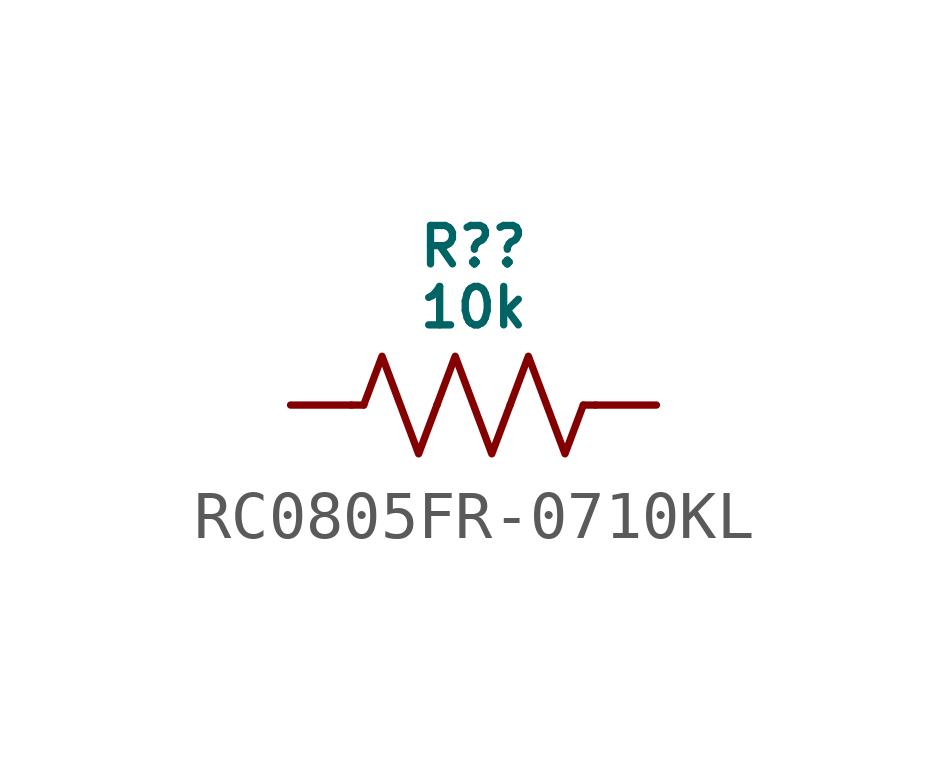
<source format=kicad_sym>
(kicad_symbol_lib
  (version 20231120)
  (generator "kicad_symbol_editor")
  (generator_version "8.0")
  (symbol "RC0805FR-0710KL"
    (pin_numbers hide)
    (pin_names hide)
    (property "Reference" "R?"
      (at 0 3.302 0)
      (do_not_autoplace)
      (effects (font (size 0.8 0.8))))
    (property "Value" "10k"
      (at 0 2.032 0)
      (do_not_autoplace)
      (effects (font (size 0.8 0.8))))
    (symbol "RC0805FR-0710KL_0_1"
      (polyline (pts (xy -2.286 0) (xy -2.54 0)) (stroke (width 0) (type default)) (fill (type none)))
      (polyline (pts (xy 2.286 0) (xy 2.54 0)) (stroke (width 0) (type default)) (fill (type none)))
      (polyline (pts (xy -2.286 0) (xy -1.905 1.016) (xy -1.524 0) (xy -1.143 -1.016) (xy -0.762 0)) (stroke (width 0) (type default)) (fill (type none)))
      (polyline (pts (xy -0.762 0) (xy -0.381 1.016) (xy 0 0) (xy 0.381 -1.016) (xy 0.762 0)) (stroke (width 0) (type default)) (fill (type none)))
      (polyline (pts (xy 0.762 0) (xy 1.143 1.016) (xy 1.524 0) (xy 1.905 -1.016) (xy 2.286 0)) (stroke (width 0) (type default)) (fill (type none))))
    (symbol "RC0805FR-0710KL_1_0"
      (pin passive line (at -3.81 0 0) (length 1.27) (name "" (effects (font (size 0.8 0.8)))) (number "1" (effects (font (size 0.8 0.8)))))
      (pin passive line (at 3.81 0 180) (length 1.27) (name "" (effects (font (size 0.8 0.8)))) (number "2" (effects (font (size 0.8 0.8))))))))
</source>
